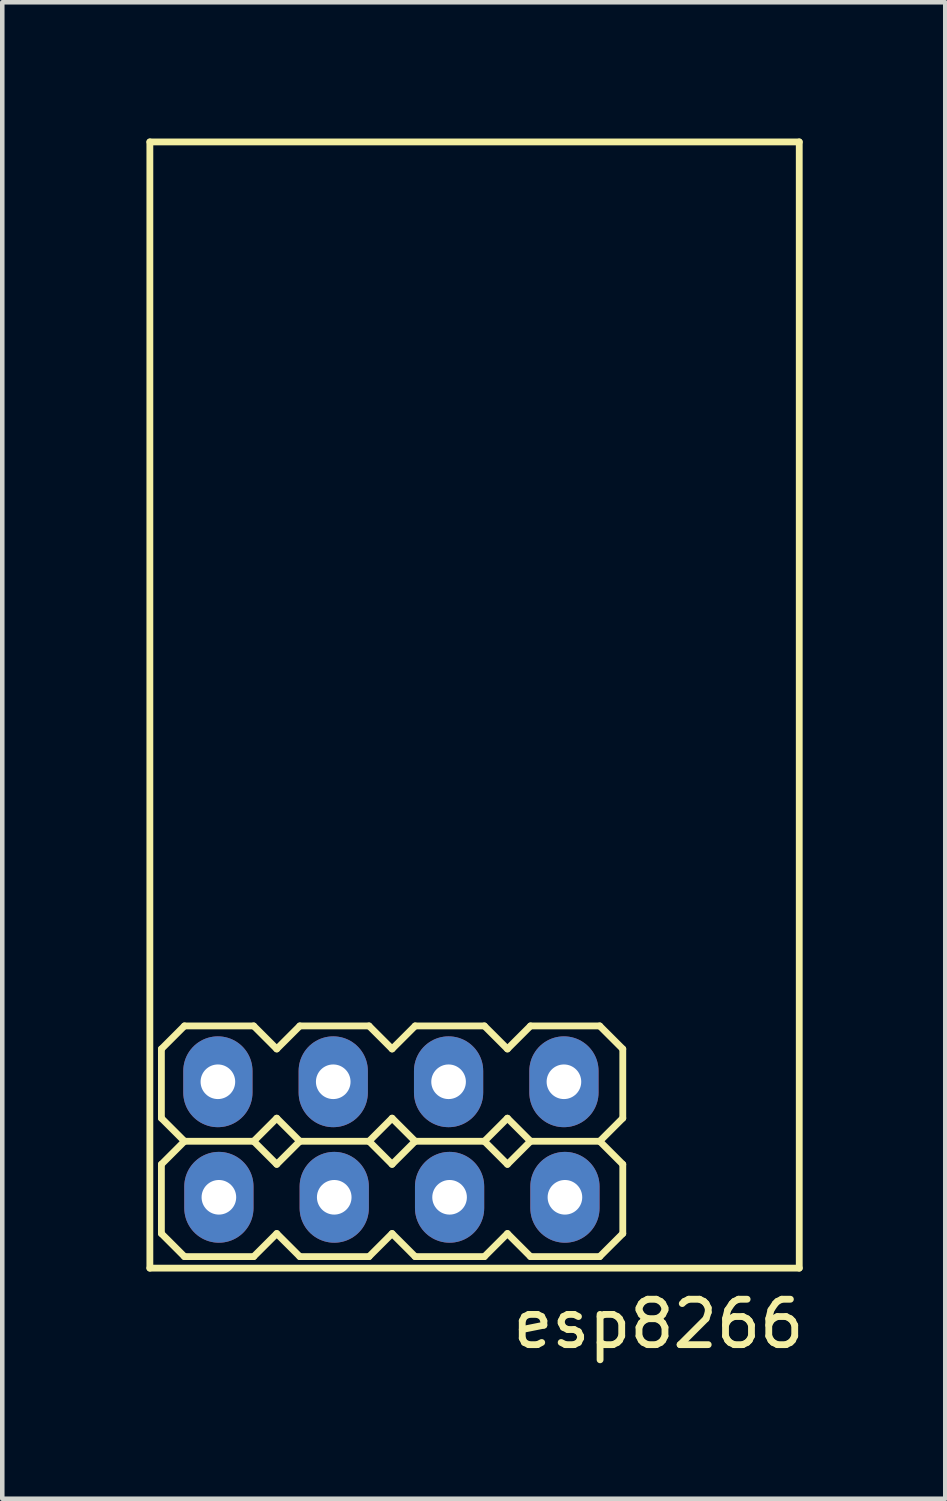
<source format=kicad_pcb>
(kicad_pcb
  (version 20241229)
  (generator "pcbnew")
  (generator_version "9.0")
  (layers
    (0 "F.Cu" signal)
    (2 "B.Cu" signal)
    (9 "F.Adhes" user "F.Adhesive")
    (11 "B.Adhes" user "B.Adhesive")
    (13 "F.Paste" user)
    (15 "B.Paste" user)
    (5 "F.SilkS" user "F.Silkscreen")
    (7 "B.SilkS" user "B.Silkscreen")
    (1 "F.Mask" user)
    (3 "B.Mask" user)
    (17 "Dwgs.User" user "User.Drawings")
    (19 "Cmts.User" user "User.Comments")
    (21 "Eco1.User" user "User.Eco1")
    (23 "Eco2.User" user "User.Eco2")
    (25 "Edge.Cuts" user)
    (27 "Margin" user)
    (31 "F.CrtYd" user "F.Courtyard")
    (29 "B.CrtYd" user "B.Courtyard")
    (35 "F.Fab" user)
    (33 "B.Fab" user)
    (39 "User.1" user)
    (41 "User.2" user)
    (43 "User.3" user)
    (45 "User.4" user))
  (footprint "esp8266"
    (layer "F.Cu")
    (at 0.25 24.875)
    (property "Reference" "esp8266" (at 11.2 1.23 0) (layer "F.SilkS") (effects (font (size 1 1) (thickness 0.15))))
    (attr through_hole)
    (fp_line (start 0 -24.8) (end 14.3 -24.8) (stroke (width 0.15) (type solid)) (layer "F.SilkS"))
    (fp_line (start 0 0) (end 0 -24.8) (stroke (width 0.15) (type solid)) (layer "F.SilkS"))
    (fp_line (start 0 0) (end 14.3 0) (stroke (width 0.15) (type solid)) (layer "F.SilkS"))
    (fp_line (start 0.254 -4.826) (end 0.254 -3.302) (stroke (width 0.15) (type solid)) (layer "F.SilkS"))
    (fp_line (start 0.254 -3.302) (end 0.762 -2.794) (stroke (width 0.15) (type solid)) (layer "F.SilkS"))
    (fp_line (start 0.254 -2.286) (end 0.254 -0.762) (stroke (width 0.15) (type solid)) (layer "F.SilkS"))
    (fp_line (start 0.254 -0.762) (end 0.762 -0.254) (stroke (width 0.15) (type solid)) (layer "F.SilkS"))
    (fp_line (start 0.762 -5.334) (end 0.254 -4.826) (stroke (width 0.15) (type solid)) (layer "F.SilkS"))
    (fp_line (start 0.762 -2.794) (end 0.254 -2.286) (stroke (width 0.15) (type solid)) (layer "F.SilkS"))
    (fp_line (start 0.762 -0.254) (end 2.286 -0.254) (stroke (width 0.15) (type solid)) (layer "F.SilkS"))
    (fp_line (start 2.286 -5.334) (end 0.762 -5.334) (stroke (width 0.15) (type solid)) (layer "F.SilkS"))
    (fp_line (start 2.286 -2.794) (end 0.762 -2.794) (stroke (width 0.15) (type solid)) (layer "F.SilkS"))
    (fp_line (start 2.286 -2.794) (end 2.794 -3.302) (stroke (width 0.15) (type solid)) (layer "F.SilkS"))
    (fp_line (start 2.286 -0.254) (end 2.794 -0.762) (stroke (width 0.15) (type solid)) (layer "F.SilkS"))
    (fp_line (start 2.794 -4.826) (end 2.286 -5.334) (stroke (width 0.15) (type solid)) (layer "F.SilkS"))
    (fp_line (start 2.794 -3.302) (end 3.302 -2.794) (stroke (width 0.15) (type solid)) (layer "F.SilkS"))
    (fp_line (start 2.794 -2.286) (end 2.286 -2.794) (stroke (width 0.15) (type solid)) (layer "F.SilkS"))
    (fp_line (start 2.794 -0.762) (end 3.302 -0.254) (stroke (width 0.15) (type solid)) (layer "F.SilkS"))
    (fp_line (start 3.302 -5.334) (end 2.794 -4.826) (stroke (width 0.15) (type solid)) (layer "F.SilkS"))
    (fp_line (start 3.302 -2.794) (end 2.794 -2.286) (stroke (width 0.15) (type solid)) (layer "F.SilkS"))
    (fp_line (start 3.302 -0.254) (end 4.826 -0.254) (stroke (width 0.15) (type solid)) (layer "F.SilkS"))
    (fp_line (start 4.826 -5.334) (end 3.302 -5.334) (stroke (width 0.15) (type solid)) (layer "F.SilkS"))
    (fp_line (start 4.826 -2.794) (end 3.302 -2.794) (stroke (width 0.15) (type solid)) (layer "F.SilkS"))
    (fp_line (start 4.826 -2.794) (end 5.334 -3.302) (stroke (width 0.15) (type solid)) (layer "F.SilkS"))
    (fp_line (start 4.826 -0.254) (end 5.334 -0.762) (stroke (width 0.15) (type solid)) (layer "F.SilkS"))
    (fp_line (start 5.334 -4.826) (end 4.826 -5.334) (stroke (width 0.15) (type solid)) (layer "F.SilkS"))
    (fp_line (start 5.334 -3.302) (end 5.842 -2.794) (stroke (width 0.15) (type solid)) (layer "F.SilkS"))
    (fp_line (start 5.334 -2.286) (end 4.826 -2.794) (stroke (width 0.15) (type solid)) (layer "F.SilkS"))
    (fp_line (start 5.334 -0.762) (end 5.842 -0.254) (stroke (width 0.15) (type solid)) (layer "F.SilkS"))
    (fp_line (start 5.842 -5.334) (end 5.334 -4.826) (stroke (width 0.15) (type solid)) (layer "F.SilkS"))
    (fp_line (start 5.842 -2.794) (end 5.334 -2.286) (stroke (width 0.15) (type solid)) (layer "F.SilkS"))
    (fp_line (start 5.842 -0.254) (end 7.366 -0.254) (stroke (width 0.15) (type solid)) (layer "F.SilkS"))
    (fp_line (start 7.366 -5.334) (end 5.842 -5.334) (stroke (width 0.15) (type solid)) (layer "F.SilkS"))
    (fp_line (start 7.366 -2.794) (end 5.842 -2.794) (stroke (width 0.15) (type solid)) (layer "F.SilkS"))
    (fp_line (start 7.366 -2.794) (end 7.874 -3.302) (stroke (width 0.15) (type solid)) (layer "F.SilkS"))
    (fp_line (start 7.366 -0.254) (end 7.874 -0.762) (stroke (width 0.15) (type solid)) (layer "F.SilkS"))
    (fp_line (start 7.874 -4.826) (end 7.366 -5.334) (stroke (width 0.15) (type solid)) (layer "F.SilkS"))
    (fp_line (start 7.874 -3.302) (end 8.382 -2.794) (stroke (width 0.15) (type solid)) (layer "F.SilkS"))
    (fp_line (start 7.874 -2.286) (end 7.366 -2.794) (stroke (width 0.15) (type solid)) (layer "F.SilkS"))
    (fp_line (start 7.874 -0.762) (end 8.382 -0.254) (stroke (width 0.15) (type solid)) (layer "F.SilkS"))
    (fp_line (start 8.382 -5.334) (end 7.874 -4.826) (stroke (width 0.15) (type solid)) (layer "F.SilkS"))
    (fp_line (start 8.382 -2.794) (end 7.874 -2.286) (stroke (width 0.15) (type solid)) (layer "F.SilkS"))
    (fp_line (start 8.382 -0.254) (end 9.906 -0.254) (stroke (width 0.15) (type solid)) (layer "F.SilkS"))
    (fp_line (start 9.906 -5.334) (end 8.382 -5.334) (stroke (width 0.15) (type solid)) (layer "F.SilkS"))
    (fp_line (start 9.906 -2.794) (end 8.382 -2.794) (stroke (width 0.15) (type solid)) (layer "F.SilkS"))
    (fp_line (start 9.906 -2.794) (end 10.414 -3.302) (stroke (width 0.15) (type solid)) (layer "F.SilkS"))
    (fp_line (start 9.906 -0.254) (end 10.414 -0.762) (stroke (width 0.15) (type solid)) (layer "F.SilkS"))
    (fp_line (start 10.414 -4.826) (end 9.906 -5.334) (stroke (width 0.15) (type solid)) (layer "F.SilkS"))
    (fp_line (start 10.414 -3.302) (end 10.414 -4.826) (stroke (width 0.15) (type solid)) (layer "F.SilkS"))
    (fp_line (start 10.414 -2.286) (end 9.906 -2.794) (stroke (width 0.15) (type solid)) (layer "F.SilkS"))
    (fp_line (start 10.414 -0.762) (end 10.414 -2.286) (stroke (width 0.15) (type solid)) (layer "F.SilkS"))
    (fp_line (start 14.3 0) (end 14.3 -24.8) (stroke (width 0.15) (type solid)) (layer "F.SilkS"))
    (pad "1" thru_hole oval (at 1.52 -1.56) (size 1.524 2) (drill 0.762) (layers "*.Cu" "*.Mask"))
    (pad "2" thru_hole oval (at 4.06 -1.56) (size 1.524 2) (drill 0.762) (layers "*.Cu" "*.Mask"))
    (pad "3" thru_hole oval (at 6.6 -1.56) (size 1.524 2) (drill 0.762) (layers "*.Cu" "*.Mask"))
    (pad "4" thru_hole oval (at 9.14 -1.56) (size 1.524 2) (drill 0.762) (layers "*.Cu" "*.Mask"))
    (pad "5" thru_hole oval (at 9.118 -4.104 180) (size 1.524 2) (drill 0.762) (layers "*.Cu" "*.Mask"))
    (pad "6" thru_hole oval (at 6.578 -4.104 180) (size 1.524 2) (drill 0.762) (layers "*.Cu" "*.Mask"))
    (pad "7" thru_hole oval (at 4.038 -4.104 180) (size 1.524 2) (drill 0.762) (layers "*.Cu" "*.Mask"))
    (pad "8" thru_hole oval (at 1.498 -4.104 180) (size 1.524 2) (drill 0.762) (layers "*.Cu" "*.Mask")))
  (gr_rect
    (start -3 -3)
    (end 17.765 29.953)
    (stroke (width 0.1) (type default))
    (fill no)
    (layer "Edge.Cuts")))
</source>
